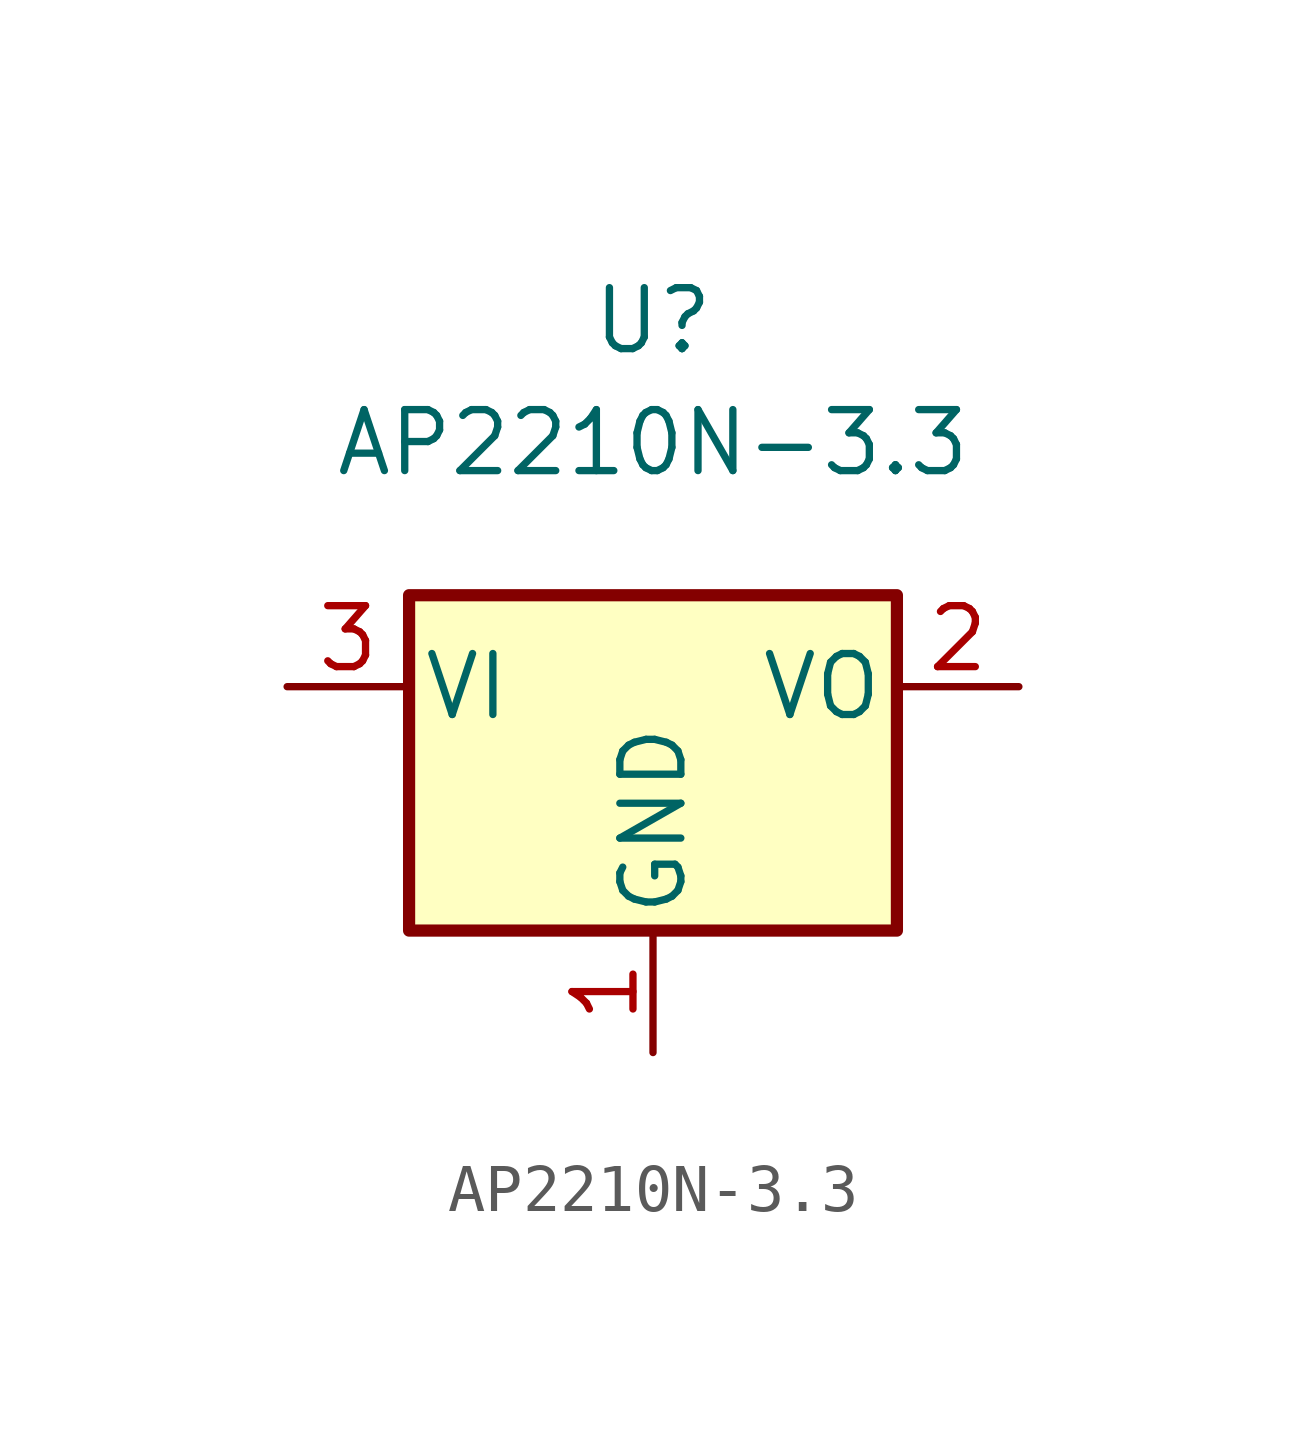
<source format=kicad_sym>
(kicad_symbol_lib
  (version 20211014)
  (generator kicad_symbol_editor)
  (symbol "AP2210N-3.3"
    (pin_names
      (offset 0.254))
    (property "Reference" "U"
      (at 0 7.62 0)
      (effects (font (size 1.27 1.27))))
    (property "Value" "AP2210N-3.3"
      (at 0 5.08 0)
      (effects (font (size 1.27 1.27))))
    (symbol "AP2210N-3.3_0_1"
      (rectangle (start -5.08 1.905) (end 5.08 -5.08) (stroke (width 0.254) (type default) (color 0 0 0 0)) (fill (type background))))
    (symbol "AP2210N-3.3_1_1"
      (pin power_in line (at 0 -7.62 90) (length 2.54) (name "GND" (effects (font (size 1.27 1.27)))) (number "1" (effects (font (size 1.27 1.27)))))
      (pin power_out line (at 7.62 0 180) (length 2.54) (name "VO" (effects (font (size 1.27 1.27)))) (number "2" (effects (font (size 1.27 1.27)))))
      (pin power_in line (at -7.62 0 0) (length 2.54) (name "VI" (effects (font (size 1.27 1.27)))) (number "3" (effects (font (size 1.27 1.27))))))))
</source>
